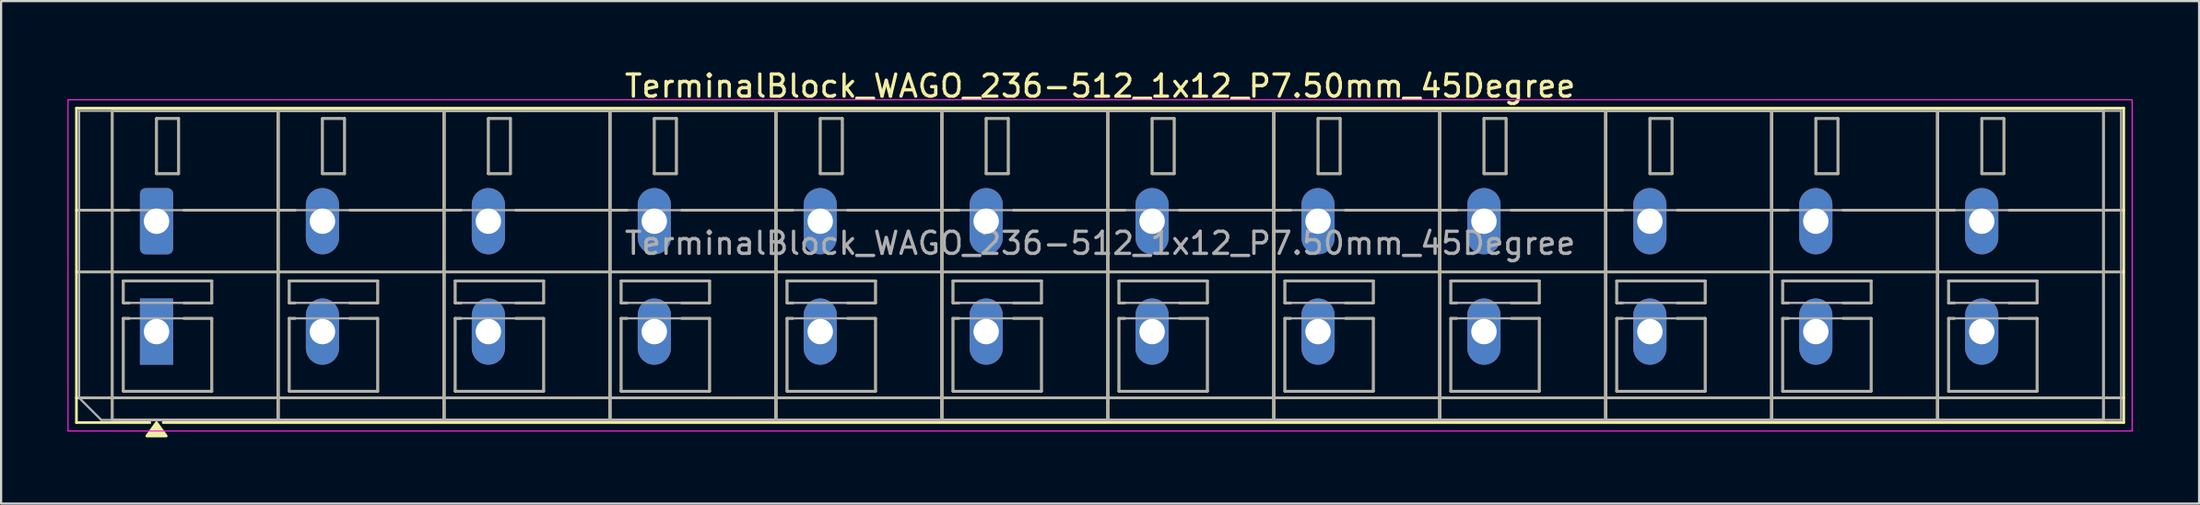
<source format=kicad_pcb>
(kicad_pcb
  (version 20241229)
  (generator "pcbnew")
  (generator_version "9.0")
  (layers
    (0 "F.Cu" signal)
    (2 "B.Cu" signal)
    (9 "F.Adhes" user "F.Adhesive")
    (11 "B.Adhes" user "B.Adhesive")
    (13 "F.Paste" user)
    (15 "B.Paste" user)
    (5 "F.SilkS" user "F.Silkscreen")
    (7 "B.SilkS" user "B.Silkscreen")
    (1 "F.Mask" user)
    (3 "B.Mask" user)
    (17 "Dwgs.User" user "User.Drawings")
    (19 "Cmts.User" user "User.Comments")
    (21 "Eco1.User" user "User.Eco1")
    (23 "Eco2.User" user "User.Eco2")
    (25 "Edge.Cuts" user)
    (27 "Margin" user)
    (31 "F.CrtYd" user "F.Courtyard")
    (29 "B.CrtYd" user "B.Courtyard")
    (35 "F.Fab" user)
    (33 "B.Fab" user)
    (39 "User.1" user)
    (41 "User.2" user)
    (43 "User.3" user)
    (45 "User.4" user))
  (footprint "TerminalBlock_WAGO_236-512_1x12_P7.50mm_45Degree"
    (layer "F.Cu")
    (at 4.025 6.968)
    (property "Reference" "TerminalBlock_WAGO_236-512_1x12_P7.50mm_45Degree" (at 42.65 -6.12 0) (layer "F.SilkS") (effects (font (size 1 1) (thickness 0.15))))
    (attr through_hole)
    (fp_line (start -3.62 -5.12) (end 88.92 -5.12) (stroke (width 0.12) (type solid)) (layer "F.SilkS"))
    (fp_line (start -3.62 -0.5) (end -1.23 -0.5) (stroke (width 0.12) (type solid)) (layer "F.SilkS"))
    (fp_line (start -3.62 2.3) (end 88.92 2.3) (stroke (width 0.12) (type solid)) (layer "F.SilkS"))
    (fp_line (start -3.62 8) (end 88.92 8) (stroke (width 0.12) (type solid)) (layer "F.SilkS"))
    (fp_line (start -3.62 9.12) (end -3.62 -5.12) (stroke (width 0.12) (type solid)) (layer "F.SilkS"))
    (fp_line (start -2 -5) (end 5.5 -5) (stroke (width 0.12) (type solid)) (layer "F.SilkS"))
    (fp_line (start -2 9) (end -2 -5) (stroke (width 0.12) (type solid)) (layer "F.SilkS"))
    (fp_line (start -1.5 2.7) (end 2.5 2.7) (stroke (width 0.12) (type solid)) (layer "F.SilkS"))
    (fp_line (start -1.5 3.7) (end -1.5 2.7) (stroke (width 0.12) (type solid)) (layer "F.SilkS"))
    (fp_line (start -1.5 4.4) (end -1.23 4.4) (stroke (width 0.12) (type solid)) (layer "F.SilkS"))
    (fp_line (start -1.5 7.7) (end -1.5 4.4) (stroke (width 0.12) (type solid)) (layer "F.SilkS"))
    (fp_line (start -1.23 3.7) (end -1.5 3.7) (stroke (width 0.12) (type solid)) (layer "F.SilkS"))
    (fp_line (start -0.3 9.12) (end -3.62 9.12) (stroke (width 0.12) (type solid)) (layer "F.SilkS"))
    (fp_line (start 0 -4.65) (end 1 -4.65) (stroke (width 0.12) (type solid)) (layer "F.SilkS"))
    (fp_line (start 0 -2.15) (end 0 -4.65) (stroke (width 0.12) (type solid)) (layer "F.SilkS"))
    (fp_line (start 1 -4.65) (end 1 -2.15) (stroke (width 0.12) (type solid)) (layer "F.SilkS"))
    (fp_line (start 1 -2.15) (end 0 -2.15) (stroke (width 0.12) (type solid)) (layer "F.SilkS"))
    (fp_line (start 1.23 -0.5) (end 6.27 -0.5) (stroke (width 0.12) (type solid)) (layer "F.SilkS"))
    (fp_line (start 1.23 4.4) (end 2.5 4.4) (stroke (width 0.12) (type solid)) (layer "F.SilkS"))
    (fp_line (start 2.5 2.7) (end 2.5 3.7) (stroke (width 0.12) (type solid)) (layer "F.SilkS"))
    (fp_line (start 2.5 3.7) (end 1.23 3.7) (stroke (width 0.12) (type solid)) (layer "F.SilkS"))
    (fp_line (start 2.5 4.4) (end 2.5 7.7) (stroke (width 0.12) (type solid)) (layer "F.SilkS"))
    (fp_line (start 2.5 7.7) (end -1.5 7.7) (stroke (width 0.12) (type solid)) (layer "F.SilkS"))
    (fp_line (start 5.5 -5) (end 5.5 9) (stroke (width 0.12) (type solid)) (layer "F.SilkS"))
    (fp_line (start 5.5 -5) (end 13 -5) (stroke (width 0.12) (type solid)) (layer "F.SilkS"))
    (fp_line (start 5.5 9) (end -2 9) (stroke (width 0.12) (type solid)) (layer "F.SilkS"))
    (fp_line (start 5.5 9) (end 5.5 -5) (stroke (width 0.12) (type solid)) (layer "F.SilkS"))
    (fp_line (start 6 2.7) (end 10 2.7) (stroke (width 0.12) (type solid)) (layer "F.SilkS"))
    (fp_line (start 6 3.7) (end 6 2.7) (stroke (width 0.12) (type solid)) (layer "F.SilkS"))
    (fp_line (start 6 4.4) (end 6.27 4.4) (stroke (width 0.12) (type solid)) (layer "F.SilkS"))
    (fp_line (start 6 7.7) (end 6 4.4) (stroke (width 0.12) (type solid)) (layer "F.SilkS"))
    (fp_line (start 6.27 3.7) (end 6 3.7) (stroke (width 0.12) (type solid)) (layer "F.SilkS"))
    (fp_line (start 7.5 -4.65) (end 8.5 -4.65) (stroke (width 0.12) (type solid)) (layer "F.SilkS"))
    (fp_line (start 7.5 -2.15) (end 7.5 -4.65) (stroke (width 0.12) (type solid)) (layer "F.SilkS"))
    (fp_line (start 8.5 -4.65) (end 8.5 -2.15) (stroke (width 0.12) (type solid)) (layer "F.SilkS"))
    (fp_line (start 8.5 -2.15) (end 7.5 -2.15) (stroke (width 0.12) (type solid)) (layer "F.SilkS"))
    (fp_line (start 8.73 -0.5) (end 13.77 -0.5) (stroke (width 0.12) (type solid)) (layer "F.SilkS"))
    (fp_line (start 8.73 4.4) (end 10 4.4) (stroke (width 0.12) (type solid)) (layer "F.SilkS"))
    (fp_line (start 10 2.7) (end 10 3.7) (stroke (width 0.12) (type solid)) (layer "F.SilkS"))
    (fp_line (start 10 3.7) (end 8.73 3.7) (stroke (width 0.12) (type solid)) (layer "F.SilkS"))
    (fp_line (start 10 4.4) (end 10 7.7) (stroke (width 0.12) (type solid)) (layer "F.SilkS"))
    (fp_line (start 10 7.7) (end 6 7.7) (stroke (width 0.12) (type solid)) (layer "F.SilkS"))
    (fp_line (start 13 -5) (end 13 9) (stroke (width 0.12) (type solid)) (layer "F.SilkS"))
    (fp_line (start 13 -5) (end 20.5 -5) (stroke (width 0.12) (type solid)) (layer "F.SilkS"))
    (fp_line (start 13 9) (end 5.5 9) (stroke (width 0.12) (type solid)) (layer "F.SilkS"))
    (fp_line (start 13 9) (end 13 -5) (stroke (width 0.12) (type solid)) (layer "F.SilkS"))
    (fp_line (start 13.5 2.7) (end 17.5 2.7) (stroke (width 0.12) (type solid)) (layer "F.SilkS"))
    (fp_line (start 13.5 3.7) (end 13.5 2.7) (stroke (width 0.12) (type solid)) (layer "F.SilkS"))
    (fp_line (start 13.5 4.4) (end 13.77 4.4) (stroke (width 0.12) (type solid)) (layer "F.SilkS"))
    (fp_line (start 13.5 7.7) (end 13.5 4.4) (stroke (width 0.12) (type solid)) (layer "F.SilkS"))
    (fp_line (start 13.77 3.7) (end 13.5 3.7) (stroke (width 0.12) (type solid)) (layer "F.SilkS"))
    (fp_line (start 15 -4.65) (end 16 -4.65) (stroke (width 0.12) (type solid)) (layer "F.SilkS"))
    (fp_line (start 15 -2.15) (end 15 -4.65) (stroke (width 0.12) (type solid)) (layer "F.SilkS"))
    (fp_line (start 16 -4.65) (end 16 -2.15) (stroke (width 0.12) (type solid)) (layer "F.SilkS"))
    (fp_line (start 16 -2.15) (end 15 -2.15) (stroke (width 0.12) (type solid)) (layer "F.SilkS"))
    (fp_line (start 16.23 -0.5) (end 21.27 -0.5) (stroke (width 0.12) (type solid)) (layer "F.SilkS"))
    (fp_line (start 16.23 4.4) (end 17.5 4.4) (stroke (width 0.12) (type solid)) (layer "F.SilkS"))
    (fp_line (start 17.5 2.7) (end 17.5 3.7) (stroke (width 0.12) (type solid)) (layer "F.SilkS"))
    (fp_line (start 17.5 3.7) (end 16.23 3.7) (stroke (width 0.12) (type solid)) (layer "F.SilkS"))
    (fp_line (start 17.5 4.4) (end 17.5 7.7) (stroke (width 0.12) (type solid)) (layer "F.SilkS"))
    (fp_line (start 17.5 7.7) (end 13.5 7.7) (stroke (width 0.12) (type solid)) (layer "F.SilkS"))
    (fp_line (start 20.5 -5) (end 20.5 9) (stroke (width 0.12) (type solid)) (layer "F.SilkS"))
    (fp_line (start 20.5 -5) (end 28 -5) (stroke (width 0.12) (type solid)) (layer "F.SilkS"))
    (fp_line (start 20.5 9) (end 13 9) (stroke (width 0.12) (type solid)) (layer "F.SilkS"))
    (fp_line (start 20.5 9) (end 20.5 -5) (stroke (width 0.12) (type solid)) (layer "F.SilkS"))
    (fp_line (start 21 2.7) (end 25 2.7) (stroke (width 0.12) (type solid)) (layer "F.SilkS"))
    (fp_line (start 21 3.7) (end 21 2.7) (stroke (width 0.12) (type solid)) (layer "F.SilkS"))
    (fp_line (start 21 4.4) (end 21.27 4.4) (stroke (width 0.12) (type solid)) (layer "F.SilkS"))
    (fp_line (start 21 7.7) (end 21 4.4) (stroke (width 0.12) (type solid)) (layer "F.SilkS"))
    (fp_line (start 21.27 3.7) (end 21 3.7) (stroke (width 0.12) (type solid)) (layer "F.SilkS"))
    (fp_line (start 22.5 -4.65) (end 23.5 -4.65) (stroke (width 0.12) (type solid)) (layer "F.SilkS"))
    (fp_line (start 22.5 -2.15) (end 22.5 -4.65) (stroke (width 0.12) (type solid)) (layer "F.SilkS"))
    (fp_line (start 23.5 -4.65) (end 23.5 -2.15) (stroke (width 0.12) (type solid)) (layer "F.SilkS"))
    (fp_line (start 23.5 -2.15) (end 22.5 -2.15) (stroke (width 0.12) (type solid)) (layer "F.SilkS"))
    (fp_line (start 23.73 -0.5) (end 28.77 -0.5) (stroke (width 0.12) (type solid)) (layer "F.SilkS"))
    (fp_line (start 23.73 4.4) (end 25 4.4) (stroke (width 0.12) (type solid)) (layer "F.SilkS"))
    (fp_line (start 25 2.7) (end 25 3.7) (stroke (width 0.12) (type solid)) (layer "F.SilkS"))
    (fp_line (start 25 3.7) (end 23.73 3.7) (stroke (width 0.12) (type solid)) (layer "F.SilkS"))
    (fp_line (start 25 4.4) (end 25 7.7) (stroke (width 0.12) (type solid)) (layer "F.SilkS"))
    (fp_line (start 25 7.7) (end 21 7.7) (stroke (width 0.12) (type solid)) (layer "F.SilkS"))
    (fp_line (start 28 -5) (end 28 9) (stroke (width 0.12) (type solid)) (layer "F.SilkS"))
    (fp_line (start 28 -5) (end 35.5 -5) (stroke (width 0.12) (type solid)) (layer "F.SilkS"))
    (fp_line (start 28 9) (end 20.5 9) (stroke (width 0.12) (type solid)) (layer "F.SilkS"))
    (fp_line (start 28 9) (end 28 -5) (stroke (width 0.12) (type solid)) (layer "F.SilkS"))
    (fp_line (start 28.5 2.7) (end 32.5 2.7) (stroke (width 0.12) (type solid)) (layer "F.SilkS"))
    (fp_line (start 28.5 3.7) (end 28.5 2.7) (stroke (width 0.12) (type solid)) (layer "F.SilkS"))
    (fp_line (start 28.5 4.4) (end 28.77 4.4) (stroke (width 0.12) (type solid)) (layer "F.SilkS"))
    (fp_line (start 28.5 7.7) (end 28.5 4.4) (stroke (width 0.12) (type solid)) (layer "F.SilkS"))
    (fp_line (start 28.77 3.7) (end 28.5 3.7) (stroke (width 0.12) (type solid)) (layer "F.SilkS"))
    (fp_line (start 30 -4.65) (end 31 -4.65) (stroke (width 0.12) (type solid)) (layer "F.SilkS"))
    (fp_line (start 30 -2.15) (end 30 -4.65) (stroke (width 0.12) (type solid)) (layer "F.SilkS"))
    (fp_line (start 31 -4.65) (end 31 -2.15) (stroke (width 0.12) (type solid)) (layer "F.SilkS"))
    (fp_line (start 31 -2.15) (end 30 -2.15) (stroke (width 0.12) (type solid)) (layer "F.SilkS"))
    (fp_line (start 31.23 -0.5) (end 36.27 -0.5) (stroke (width 0.12) (type solid)) (layer "F.SilkS"))
    (fp_line (start 31.23 4.4) (end 32.5 4.4) (stroke (width 0.12) (type solid)) (layer "F.SilkS"))
    (fp_line (start 32.5 2.7) (end 32.5 3.7) (stroke (width 0.12) (type solid)) (layer "F.SilkS"))
    (fp_line (start 32.5 3.7) (end 31.23 3.7) (stroke (width 0.12) (type solid)) (layer "F.SilkS"))
    (fp_line (start 32.5 4.4) (end 32.5 7.7) (stroke (width 0.12) (type solid)) (layer "F.SilkS"))
    (fp_line (start 32.5 7.7) (end 28.5 7.7) (stroke (width 0.12) (type solid)) (layer "F.SilkS"))
    (fp_line (start 35.5 -5) (end 35.5 9) (stroke (width 0.12) (type solid)) (layer "F.SilkS"))
    (fp_line (start 35.5 -5) (end 43 -5) (stroke (width 0.12) (type solid)) (layer "F.SilkS"))
    (fp_line (start 35.5 9) (end 28 9) (stroke (width 0.12) (type solid)) (layer "F.SilkS"))
    (fp_line (start 35.5 9) (end 35.5 -5) (stroke (width 0.12) (type solid)) (layer "F.SilkS"))
    (fp_line (start 36 2.7) (end 40 2.7) (stroke (width 0.12) (type solid)) (layer "F.SilkS"))
    (fp_line (start 36 3.7) (end 36 2.7) (stroke (width 0.12) (type solid)) (layer "F.SilkS"))
    (fp_line (start 36 4.4) (end 36.27 4.4) (stroke (width 0.12) (type solid)) (layer "F.SilkS"))
    (fp_line (start 36 7.7) (end 36 4.4) (stroke (width 0.12) (type solid)) (layer "F.SilkS"))
    (fp_line (start 36.27 3.7) (end 36 3.7) (stroke (width 0.12) (type solid)) (layer "F.SilkS"))
    (fp_line (start 37.5 -4.65) (end 38.5 -4.65) (stroke (width 0.12) (type solid)) (layer "F.SilkS"))
    (fp_line (start 37.5 -2.15) (end 37.5 -4.65) (stroke (width 0.12) (type solid)) (layer "F.SilkS"))
    (fp_line (start 38.5 -4.65) (end 38.5 -2.15) (stroke (width 0.12) (type solid)) (layer "F.SilkS"))
    (fp_line (start 38.5 -2.15) (end 37.5 -2.15) (stroke (width 0.12) (type solid)) (layer "F.SilkS"))
    (fp_line (start 38.73 -0.5) (end 43.77 -0.5) (stroke (width 0.12) (type solid)) (layer "F.SilkS"))
    (fp_line (start 38.73 4.4) (end 40 4.4) (stroke (width 0.12) (type solid)) (layer "F.SilkS"))
    (fp_line (start 40 2.7) (end 40 3.7) (stroke (width 0.12) (type solid)) (layer "F.SilkS"))
    (fp_line (start 40 3.7) (end 38.73 3.7) (stroke (width 0.12) (type solid)) (layer "F.SilkS"))
    (fp_line (start 40 4.4) (end 40 7.7) (stroke (width 0.12) (type solid)) (layer "F.SilkS"))
    (fp_line (start 40 7.7) (end 36 7.7) (stroke (width 0.12) (type solid)) (layer "F.SilkS"))
    (fp_line (start 43 -5) (end 43 9) (stroke (width 0.12) (type solid)) (layer "F.SilkS"))
    (fp_line (start 43 -5) (end 50.5 -5) (stroke (width 0.12) (type solid)) (layer "F.SilkS"))
    (fp_line (start 43 9) (end 35.5 9) (stroke (width 0.12) (type solid)) (layer "F.SilkS"))
    (fp_line (start 43 9) (end 43 -5) (stroke (width 0.12) (type solid)) (layer "F.SilkS"))
    (fp_line (start 43.5 2.7) (end 47.5 2.7) (stroke (width 0.12) (type solid)) (layer "F.SilkS"))
    (fp_line (start 43.5 3.7) (end 43.5 2.7) (stroke (width 0.12) (type solid)) (layer "F.SilkS"))
    (fp_line (start 43.5 4.4) (end 43.77 4.4) (stroke (width 0.12) (type solid)) (layer "F.SilkS"))
    (fp_line (start 43.5 7.7) (end 43.5 4.4) (stroke (width 0.12) (type solid)) (layer "F.SilkS"))
    (fp_line (start 43.77 3.7) (end 43.5 3.7) (stroke (width 0.12) (type solid)) (layer "F.SilkS"))
    (fp_line (start 45 -4.65) (end 46 -4.65) (stroke (width 0.12) (type solid)) (layer "F.SilkS"))
    (fp_line (start 45 -2.15) (end 45 -4.65) (stroke (width 0.12) (type solid)) (layer "F.SilkS"))
    (fp_line (start 46 -4.65) (end 46 -2.15) (stroke (width 0.12) (type solid)) (layer "F.SilkS"))
    (fp_line (start 46 -2.15) (end 45 -2.15) (stroke (width 0.12) (type solid)) (layer "F.SilkS"))
    (fp_line (start 46.23 -0.5) (end 51.27 -0.5) (stroke (width 0.12) (type solid)) (layer "F.SilkS"))
    (fp_line (start 46.23 4.4) (end 47.5 4.4) (stroke (width 0.12) (type solid)) (layer "F.SilkS"))
    (fp_line (start 47.5 2.7) (end 47.5 3.7) (stroke (width 0.12) (type solid)) (layer "F.SilkS"))
    (fp_line (start 47.5 3.7) (end 46.23 3.7) (stroke (width 0.12) (type solid)) (layer "F.SilkS"))
    (fp_line (start 47.5 4.4) (end 47.5 7.7) (stroke (width 0.12) (type solid)) (layer "F.SilkS"))
    (fp_line (start 47.5 7.7) (end 43.5 7.7) (stroke (width 0.12) (type solid)) (layer "F.SilkS"))
    (fp_line (start 50.5 -5) (end 50.5 9) (stroke (width 0.12) (type solid)) (layer "F.SilkS"))
    (fp_line (start 50.5 -5) (end 58 -5) (stroke (width 0.12) (type solid)) (layer "F.SilkS"))
    (fp_line (start 50.5 9) (end 43 9) (stroke (width 0.12) (type solid)) (layer "F.SilkS"))
    (fp_line (start 50.5 9) (end 50.5 -5) (stroke (width 0.12) (type solid)) (layer "F.SilkS"))
    (fp_line (start 51 2.7) (end 55 2.7) (stroke (width 0.12) (type solid)) (layer "F.SilkS"))
    (fp_line (start 51 3.7) (end 51 2.7) (stroke (width 0.12) (type solid)) (layer "F.SilkS"))
    (fp_line (start 51 4.4) (end 51.27 4.4) (stroke (width 0.12) (type solid)) (layer "F.SilkS"))
    (fp_line (start 51 7.7) (end 51 4.4) (stroke (width 0.12) (type solid)) (layer "F.SilkS"))
    (fp_line (start 51.27 3.7) (end 51 3.7) (stroke (width 0.12) (type solid)) (layer "F.SilkS"))
    (fp_line (start 52.5 -4.65) (end 53.5 -4.65) (stroke (width 0.12) (type solid)) (layer "F.SilkS"))
    (fp_line (start 52.5 -2.15) (end 52.5 -4.65) (stroke (width 0.12) (type solid)) (layer "F.SilkS"))
    (fp_line (start 53.5 -4.65) (end 53.5 -2.15) (stroke (width 0.12) (type solid)) (layer "F.SilkS"))
    (fp_line (start 53.5 -2.15) (end 52.5 -2.15) (stroke (width 0.12) (type solid)) (layer "F.SilkS"))
    (fp_line (start 53.73 -0.5) (end 58.77 -0.5) (stroke (width 0.12) (type solid)) (layer "F.SilkS"))
    (fp_line (start 53.73 4.4) (end 55 4.4) (stroke (width 0.12) (type solid)) (layer "F.SilkS"))
    (fp_line (start 55 2.7) (end 55 3.7) (stroke (width 0.12) (type solid)) (layer "F.SilkS"))
    (fp_line (start 55 3.7) (end 53.73 3.7) (stroke (width 0.12) (type solid)) (layer "F.SilkS"))
    (fp_line (start 55 4.4) (end 55 7.7) (stroke (width 0.12) (type solid)) (layer "F.SilkS"))
    (fp_line (start 55 7.7) (end 51 7.7) (stroke (width 0.12) (type solid)) (layer "F.SilkS"))
    (fp_line (start 58 -5) (end 58 9) (stroke (width 0.12) (type solid)) (layer "F.SilkS"))
    (fp_line (start 58 -5) (end 65.5 -5) (stroke (width 0.12) (type solid)) (layer "F.SilkS"))
    (fp_line (start 58 9) (end 50.5 9) (stroke (width 0.12) (type solid)) (layer "F.SilkS"))
    (fp_line (start 58 9) (end 58 -5) (stroke (width 0.12) (type solid)) (layer "F.SilkS"))
    (fp_line (start 58.5 2.7) (end 62.5 2.7) (stroke (width 0.12) (type solid)) (layer "F.SilkS"))
    (fp_line (start 58.5 3.7) (end 58.5 2.7) (stroke (width 0.12) (type solid)) (layer "F.SilkS"))
    (fp_line (start 58.5 4.4) (end 58.77 4.4) (stroke (width 0.12) (type solid)) (layer "F.SilkS"))
    (fp_line (start 58.5 7.7) (end 58.5 4.4) (stroke (width 0.12) (type solid)) (layer "F.SilkS"))
    (fp_line (start 58.77 3.7) (end 58.5 3.7) (stroke (width 0.12) (type solid)) (layer "F.SilkS"))
    (fp_line (start 60 -4.65) (end 61 -4.65) (stroke (width 0.12) (type solid)) (layer "F.SilkS"))
    (fp_line (start 60 -2.15) (end 60 -4.65) (stroke (width 0.12) (type solid)) (layer "F.SilkS"))
    (fp_line (start 61 -4.65) (end 61 -2.15) (stroke (width 0.12) (type solid)) (layer "F.SilkS"))
    (fp_line (start 61 -2.15) (end 60 -2.15) (stroke (width 0.12) (type solid)) (layer "F.SilkS"))
    (fp_line (start 61.23 -0.5) (end 66.27 -0.5) (stroke (width 0.12) (type solid)) (layer "F.SilkS"))
    (fp_line (start 61.23 4.4) (end 62.5 4.4) (stroke (width 0.12) (type solid)) (layer "F.SilkS"))
    (fp_line (start 62.5 2.7) (end 62.5 3.7) (stroke (width 0.12) (type solid)) (layer "F.SilkS"))
    (fp_line (start 62.5 3.7) (end 61.23 3.7) (stroke (width 0.12) (type solid)) (layer "F.SilkS"))
    (fp_line (start 62.5 4.4) (end 62.5 7.7) (stroke (width 0.12) (type solid)) (layer "F.SilkS"))
    (fp_line (start 62.5 7.7) (end 58.5 7.7) (stroke (width 0.12) (type solid)) (layer "F.SilkS"))
    (fp_line (start 65.5 -5) (end 65.5 9) (stroke (width 0.12) (type solid)) (layer "F.SilkS"))
    (fp_line (start 65.5 -5) (end 73 -5) (stroke (width 0.12) (type solid)) (layer "F.SilkS"))
    (fp_line (start 65.5 9) (end 58 9) (stroke (width 0.12) (type solid)) (layer "F.SilkS"))
    (fp_line (start 65.5 9) (end 65.5 -5) (stroke (width 0.12) (type solid)) (layer "F.SilkS"))
    (fp_line (start 66 2.7) (end 70 2.7) (stroke (width 0.12) (type solid)) (layer "F.SilkS"))
    (fp_line (start 66 3.7) (end 66 2.7) (stroke (width 0.12) (type solid)) (layer "F.SilkS"))
    (fp_line (start 66 4.4) (end 66.27 4.4) (stroke (width 0.12) (type solid)) (layer "F.SilkS"))
    (fp_line (start 66 7.7) (end 66 4.4) (stroke (width 0.12) (type solid)) (layer "F.SilkS"))
    (fp_line (start 66.27 3.7) (end 66 3.7) (stroke (width 0.12) (type solid)) (layer "F.SilkS"))
    (fp_line (start 67.5 -4.65) (end 68.5 -4.65) (stroke (width 0.12) (type solid)) (layer "F.SilkS"))
    (fp_line (start 67.5 -2.15) (end 67.5 -4.65) (stroke (width 0.12) (type solid)) (layer "F.SilkS"))
    (fp_line (start 68.5 -4.65) (end 68.5 -2.15) (stroke (width 0.12) (type solid)) (layer "F.SilkS"))
    (fp_line (start 68.5 -2.15) (end 67.5 -2.15) (stroke (width 0.12) (type solid)) (layer "F.SilkS"))
    (fp_line (start 68.73 -0.5) (end 73.77 -0.5) (stroke (width 0.12) (type solid)) (layer "F.SilkS"))
    (fp_line (start 68.73 4.4) (end 70 4.4) (stroke (width 0.12) (type solid)) (layer "F.SilkS"))
    (fp_line (start 70 2.7) (end 70 3.7) (stroke (width 0.12) (type solid)) (layer "F.SilkS"))
    (fp_line (start 70 3.7) (end 68.73 3.7) (stroke (width 0.12) (type solid)) (layer "F.SilkS"))
    (fp_line (start 70 4.4) (end 70 7.7) (stroke (width 0.12) (type solid)) (layer "F.SilkS"))
    (fp_line (start 70 7.7) (end 66 7.7) (stroke (width 0.12) (type solid)) (layer "F.SilkS"))
    (fp_line (start 73 -5) (end 73 9) (stroke (width 0.12) (type solid)) (layer "F.SilkS"))
    (fp_line (start 73 -5) (end 80.5 -5) (stroke (width 0.12) (type solid)) (layer "F.SilkS"))
    (fp_line (start 73 9) (end 65.5 9) (stroke (width 0.12) (type solid)) (layer "F.SilkS"))
    (fp_line (start 73 9) (end 73 -5) (stroke (width 0.12) (type solid)) (layer "F.SilkS"))
    (fp_line (start 73.5 2.7) (end 77.5 2.7) (stroke (width 0.12) (type solid)) (layer "F.SilkS"))
    (fp_line (start 73.5 3.7) (end 73.5 2.7) (stroke (width 0.12) (type solid)) (layer "F.SilkS"))
    (fp_line (start 73.5 4.4) (end 73.77 4.4) (stroke (width 0.12) (type solid)) (layer "F.SilkS"))
    (fp_line (start 73.5 7.7) (end 73.5 4.4) (stroke (width 0.12) (type solid)) (layer "F.SilkS"))
    (fp_line (start 73.77 3.7) (end 73.5 3.7) (stroke (width 0.12) (type solid)) (layer "F.SilkS"))
    (fp_line (start 75 -4.65) (end 76 -4.65) (stroke (width 0.12) (type solid)) (layer "F.SilkS"))
    (fp_line (start 75 -2.15) (end 75 -4.65) (stroke (width 0.12) (type solid)) (layer "F.SilkS"))
    (fp_line (start 76 -4.65) (end 76 -2.15) (stroke (width 0.12) (type solid)) (layer "F.SilkS"))
    (fp_line (start 76 -2.15) (end 75 -2.15) (stroke (width 0.12) (type solid)) (layer "F.SilkS"))
    (fp_line (start 76.23 -0.5) (end 81.27 -0.5) (stroke (width 0.12) (type solid)) (layer "F.SilkS"))
    (fp_line (start 76.23 4.4) (end 77.5 4.4) (stroke (width 0.12) (type solid)) (layer "F.SilkS"))
    (fp_line (start 77.5 2.7) (end 77.5 3.7) (stroke (width 0.12) (type solid)) (layer "F.SilkS"))
    (fp_line (start 77.5 3.7) (end 76.23 3.7) (stroke (width 0.12) (type solid)) (layer "F.SilkS"))
    (fp_line (start 77.5 4.4) (end 77.5 7.7) (stroke (width 0.12) (type solid)) (layer "F.SilkS"))
    (fp_line (start 77.5 7.7) (end 73.5 7.7) (stroke (width 0.12) (type solid)) (layer "F.SilkS"))
    (fp_line (start 80.5 -5) (end 80.5 9) (stroke (width 0.12) (type solid)) (layer "F.SilkS"))
    (fp_line (start 80.5 -5) (end 88 -5) (stroke (width 0.12) (type solid)) (layer "F.SilkS"))
    (fp_line (start 80.5 9) (end 73 9) (stroke (width 0.12) (type solid)) (layer "F.SilkS"))
    (fp_line (start 80.5 9) (end 80.5 -5) (stroke (width 0.12) (type solid)) (layer "F.SilkS"))
    (fp_line (start 81 2.7) (end 85 2.7) (stroke (width 0.12) (type solid)) (layer "F.SilkS"))
    (fp_line (start 81 3.7) (end 81 2.7) (stroke (width 0.12) (type solid)) (layer "F.SilkS"))
    (fp_line (start 81 4.4) (end 81.27 4.4) (stroke (width 0.12) (type solid)) (layer "F.SilkS"))
    (fp_line (start 81 7.7) (end 81 4.4) (stroke (width 0.12) (type solid)) (layer "F.SilkS"))
    (fp_line (start 81.27 3.7) (end 81 3.7) (stroke (width 0.12) (type solid)) (layer "F.SilkS"))
    (fp_line (start 82.5 -4.65) (end 83.5 -4.65) (stroke (width 0.12) (type solid)) (layer "F.SilkS"))
    (fp_line (start 82.5 -2.15) (end 82.5 -4.65) (stroke (width 0.12) (type solid)) (layer "F.SilkS"))
    (fp_line (start 83.5 -4.65) (end 83.5 -2.15) (stroke (width 0.12) (type solid)) (layer "F.SilkS"))
    (fp_line (start 83.5 -2.15) (end 82.5 -2.15) (stroke (width 0.12) (type solid)) (layer "F.SilkS"))
    (fp_line (start 83.73 -0.5) (end 88.92 -0.5) (stroke (width 0.12) (type solid)) (layer "F.SilkS"))
    (fp_line (start 83.73 4.4) (end 85 4.4) (stroke (width 0.12) (type solid)) (layer "F.SilkS"))
    (fp_line (start 85 2.7) (end 85 3.7) (stroke (width 0.12) (type solid)) (layer "F.SilkS"))
    (fp_line (start 85 3.7) (end 83.73 3.7) (stroke (width 0.12) (type solid)) (layer "F.SilkS"))
    (fp_line (start 85 4.4) (end 85 7.7) (stroke (width 0.12) (type solid)) (layer "F.SilkS"))
    (fp_line (start 85 7.7) (end 81 7.7) (stroke (width 0.12) (type solid)) (layer "F.SilkS"))
    (fp_line (start 88 -5) (end 88 9) (stroke (width 0.12) (type solid)) (layer "F.SilkS"))
    (fp_line (start 88 9) (end 80.5 9) (stroke (width 0.12) (type solid)) (layer "F.SilkS"))
    (fp_line (start 88.92 -5.12) (end 88.92 9.12) (stroke (width 0.12) (type solid)) (layer "F.SilkS"))
    (fp_line (start 88.92 9.12) (end 0.3 9.12) (stroke (width 0.12) (type solid)) (layer "F.SilkS"))
    (fp_poly (pts (xy 0 9.12) (xy 0.44 9.73) (xy -0.44 9.73)) (stroke (width 0.12) (type solid)) (fill yes) (layer "F.SilkS"))
    (fp_line (start -4 -5.5) (end -4 9.5) (stroke (width 0.05) (type solid)) (layer "F.CrtYd"))
    (fp_line (start -4 9.5) (end 89.3 9.5) (stroke (width 0.05) (type solid)) (layer "F.CrtYd"))
    (fp_line (start 89.3 -5.5) (end -4 -5.5) (stroke (width 0.05) (type solid)) (layer "F.CrtYd"))
    (fp_line (start 89.3 9.5) (end 89.3 -5.5) (stroke (width 0.05) (type solid)) (layer "F.CrtYd"))
    (fp_line (start -3.5 -5) (end 88.8 -5) (stroke (width 0.1) (type solid)) (layer "F.Fab"))
    (fp_line (start -3.5 -0.5) (end 88.8 -0.5) (stroke (width 0.1) (type solid)) (layer "F.Fab"))
    (fp_line (start -3.5 2.3) (end 88.8 2.3) (stroke (width 0.1) (type solid)) (layer "F.Fab"))
    (fp_line (start -3.5 8) (end -3.5 -5) (stroke (width 0.1) (type solid)) (layer "F.Fab"))
    (fp_line (start -3.5 8) (end 88.8 8) (stroke (width 0.1) (type solid)) (layer "F.Fab"))
    (fp_line (start -2.5 9) (end -3.5 8) (stroke (width 0.1) (type solid)) (layer "F.Fab"))
    (fp_line (start -2 -5) (end -2 9) (stroke (width 0.1) (type solid)) (layer "F.Fab"))
    (fp_line (start -2 9) (end 5.5 9) (stroke (width 0.1) (type solid)) (layer "F.Fab"))
    (fp_line (start -1.5 2.7) (end -1.5 3.7) (stroke (width 0.1) (type solid)) (layer "F.Fab"))
    (fp_line (start -1.5 3.7) (end 2.5 3.7) (stroke (width 0.1) (type solid)) (layer "F.Fab"))
    (fp_line (start -1.5 4.4) (end -1.5 7.7) (stroke (width 0.1) (type solid)) (layer "F.Fab"))
    (fp_line (start -1.5 7.7) (end 2.5 7.7) (stroke (width 0.1) (type solid)) (layer "F.Fab"))
    (fp_line (start 0 -4.65) (end 0 -2.15) (stroke (width 0.1) (type solid)) (layer "F.Fab"))
    (fp_line (start 0 -2.15) (end 1 -2.15) (stroke (width 0.1) (type solid)) (layer "F.Fab"))
    (fp_line (start 1 -4.65) (end 0 -4.65) (stroke (width 0.1) (type solid)) (layer "F.Fab"))
    (fp_line (start 1 -2.15) (end 1 -4.65) (stroke (width 0.1) (type solid)) (layer "F.Fab"))
    (fp_line (start 2.5 2.7) (end -1.5 2.7) (stroke (width 0.1) (type solid)) (layer "F.Fab"))
    (fp_line (start 2.5 3.7) (end 2.5 2.7) (stroke (width 0.1) (type solid)) (layer "F.Fab"))
    (fp_line (start 2.5 4.4) (end -1.5 4.4) (stroke (width 0.1) (type solid)) (layer "F.Fab"))
    (fp_line (start 2.5 7.7) (end 2.5 4.4) (stroke (width 0.1) (type solid)) (layer "F.Fab"))
    (fp_line (start 5.5 -5) (end -2 -5) (stroke (width 0.1) (type solid)) (layer "F.Fab"))
    (fp_line (start 5.5 -5) (end 5.5 9) (stroke (width 0.1) (type solid)) (layer "F.Fab"))
    (fp_line (start 5.5 9) (end 5.5 -5) (stroke (width 0.1) (type solid)) (layer "F.Fab"))
    (fp_line (start 5.5 9) (end 13 9) (stroke (width 0.1) (type solid)) (layer "F.Fab"))
    (fp_line (start 6 2.7) (end 6 3.7) (stroke (width 0.1) (type solid)) (layer "F.Fab"))
    (fp_line (start 6 3.7) (end 10 3.7) (stroke (width 0.1) (type solid)) (layer "F.Fab"))
    (fp_line (start 6 4.4) (end 6 7.7) (stroke (width 0.1) (type solid)) (layer "F.Fab"))
    (fp_line (start 6 7.7) (end 10 7.7) (stroke (width 0.1) (type solid)) (layer "F.Fab"))
    (fp_line (start 7.5 -4.65) (end 7.5 -2.15) (stroke (width 0.1) (type solid)) (layer "F.Fab"))
    (fp_line (start 7.5 -2.15) (end 8.5 -2.15) (stroke (width 0.1) (type solid)) (layer "F.Fab"))
    (fp_line (start 8.5 -4.65) (end 7.5 -4.65) (stroke (width 0.1) (type solid)) (layer "F.Fab"))
    (fp_line (start 8.5 -2.15) (end 8.5 -4.65) (stroke (width 0.1) (type solid)) (layer "F.Fab"))
    (fp_line (start 10 2.7) (end 6 2.7) (stroke (width 0.1) (type solid)) (layer "F.Fab"))
    (fp_line (start 10 3.7) (end 10 2.7) (stroke (width 0.1) (type solid)) (layer "F.Fab"))
    (fp_line (start 10 4.4) (end 6 4.4) (stroke (width 0.1) (type solid)) (layer "F.Fab"))
    (fp_line (start 10 7.7) (end 10 4.4) (stroke (width 0.1) (type solid)) (layer "F.Fab"))
    (fp_line (start 13 -5) (end 5.5 -5) (stroke (width 0.1) (type solid)) (layer "F.Fab"))
    (fp_line (start 13 -5) (end 13 9) (stroke (width 0.1) (type solid)) (layer "F.Fab"))
    (fp_line (start 13 9) (end 13 -5) (stroke (width 0.1) (type solid)) (layer "F.Fab"))
    (fp_line (start 13 9) (end 20.5 9) (stroke (width 0.1) (type solid)) (layer "F.Fab"))
    (fp_line (start 13.5 2.7) (end 13.5 3.7) (stroke (width 0.1) (type solid)) (layer "F.Fab"))
    (fp_line (start 13.5 3.7) (end 17.5 3.7) (stroke (width 0.1) (type solid)) (layer "F.Fab"))
    (fp_line (start 13.5 4.4) (end 13.5 7.7) (stroke (width 0.1) (type solid)) (layer "F.Fab"))
    (fp_line (start 13.5 7.7) (end 17.5 7.7) (stroke (width 0.1) (type solid)) (layer "F.Fab"))
    (fp_line (start 15 -4.65) (end 15 -2.15) (stroke (width 0.1) (type solid)) (layer "F.Fab"))
    (fp_line (start 15 -2.15) (end 16 -2.15) (stroke (width 0.1) (type solid)) (layer "F.Fab"))
    (fp_line (start 16 -4.65) (end 15 -4.65) (stroke (width 0.1) (type solid)) (layer "F.Fab"))
    (fp_line (start 16 -2.15) (end 16 -4.65) (stroke (width 0.1) (type solid)) (layer "F.Fab"))
    (fp_line (start 17.5 2.7) (end 13.5 2.7) (stroke (width 0.1) (type solid)) (layer "F.Fab"))
    (fp_line (start 17.5 3.7) (end 17.5 2.7) (stroke (width 0.1) (type solid)) (layer "F.Fab"))
    (fp_line (start 17.5 4.4) (end 13.5 4.4) (stroke (width 0.1) (type solid)) (layer "F.Fab"))
    (fp_line (start 17.5 7.7) (end 17.5 4.4) (stroke (width 0.1) (type solid)) (layer "F.Fab"))
    (fp_line (start 20.5 -5) (end 13 -5) (stroke (width 0.1) (type solid)) (layer "F.Fab"))
    (fp_line (start 20.5 -5) (end 20.5 9) (stroke (width 0.1) (type solid)) (layer "F.Fab"))
    (fp_line (start 20.5 9) (end 20.5 -5) (stroke (width 0.1) (type solid)) (layer "F.Fab"))
    (fp_line (start 20.5 9) (end 28 9) (stroke (width 0.1) (type solid)) (layer "F.Fab"))
    (fp_line (start 21 2.7) (end 21 3.7) (stroke (width 0.1) (type solid)) (layer "F.Fab"))
    (fp_line (start 21 3.7) (end 25 3.7) (stroke (width 0.1) (type solid)) (layer "F.Fab"))
    (fp_line (start 21 4.4) (end 21 7.7) (stroke (width 0.1) (type solid)) (layer "F.Fab"))
    (fp_line (start 21 7.7) (end 25 7.7) (stroke (width 0.1) (type solid)) (layer "F.Fab"))
    (fp_line (start 22.5 -4.65) (end 22.5 -2.15) (stroke (width 0.1) (type solid)) (layer "F.Fab"))
    (fp_line (start 22.5 -2.15) (end 23.5 -2.15) (stroke (width 0.1) (type solid)) (layer "F.Fab"))
    (fp_line (start 23.5 -4.65) (end 22.5 -4.65) (stroke (width 0.1) (type solid)) (layer "F.Fab"))
    (fp_line (start 23.5 -2.15) (end 23.5 -4.65) (stroke (width 0.1) (type solid)) (layer "F.Fab"))
    (fp_line (start 25 2.7) (end 21 2.7) (stroke (width 0.1) (type solid)) (layer "F.Fab"))
    (fp_line (start 25 3.7) (end 25 2.7) (stroke (width 0.1) (type solid)) (layer "F.Fab"))
    (fp_line (start 25 4.4) (end 21 4.4) (stroke (width 0.1) (type solid)) (layer "F.Fab"))
    (fp_line (start 25 7.7) (end 25 4.4) (stroke (width 0.1) (type solid)) (layer "F.Fab"))
    (fp_line (start 28 -5) (end 20.5 -5) (stroke (width 0.1) (type solid)) (layer "F.Fab"))
    (fp_line (start 28 -5) (end 28 9) (stroke (width 0.1) (type solid)) (layer "F.Fab"))
    (fp_line (start 28 9) (end 28 -5) (stroke (width 0.1) (type solid)) (layer "F.Fab"))
    (fp_line (start 28 9) (end 35.5 9) (stroke (width 0.1) (type solid)) (layer "F.Fab"))
    (fp_line (start 28.5 2.7) (end 28.5 3.7) (stroke (width 0.1) (type solid)) (layer "F.Fab"))
    (fp_line (start 28.5 3.7) (end 32.5 3.7) (stroke (width 0.1) (type solid)) (layer "F.Fab"))
    (fp_line (start 28.5 4.4) (end 28.5 7.7) (stroke (width 0.1) (type solid)) (layer "F.Fab"))
    (fp_line (start 28.5 7.7) (end 32.5 7.7) (stroke (width 0.1) (type solid)) (layer "F.Fab"))
    (fp_line (start 30 -4.65) (end 30 -2.15) (stroke (width 0.1) (type solid)) (layer "F.Fab"))
    (fp_line (start 30 -2.15) (end 31 -2.15) (stroke (width 0.1) (type solid)) (layer "F.Fab"))
    (fp_line (start 31 -4.65) (end 30 -4.65) (stroke (width 0.1) (type solid)) (layer "F.Fab"))
    (fp_line (start 31 -2.15) (end 31 -4.65) (stroke (width 0.1) (type solid)) (layer "F.Fab"))
    (fp_line (start 32.5 2.7) (end 28.5 2.7) (stroke (width 0.1) (type solid)) (layer "F.Fab"))
    (fp_line (start 32.5 3.7) (end 32.5 2.7) (stroke (width 0.1) (type solid)) (layer "F.Fab"))
    (fp_line (start 32.5 4.4) (end 28.5 4.4) (stroke (width 0.1) (type solid)) (layer "F.Fab"))
    (fp_line (start 32.5 7.7) (end 32.5 4.4) (stroke (width 0.1) (type solid)) (layer "F.Fab"))
    (fp_line (start 35.5 -5) (end 28 -5) (stroke (width 0.1) (type solid)) (layer "F.Fab"))
    (fp_line (start 35.5 -5) (end 35.5 9) (stroke (width 0.1) (type solid)) (layer "F.Fab"))
    (fp_line (start 35.5 9) (end 35.5 -5) (stroke (width 0.1) (type solid)) (layer "F.Fab"))
    (fp_line (start 35.5 9) (end 43 9) (stroke (width 0.1) (type solid)) (layer "F.Fab"))
    (fp_line (start 36 2.7) (end 36 3.7) (stroke (width 0.1) (type solid)) (layer "F.Fab"))
    (fp_line (start 36 3.7) (end 40 3.7) (stroke (width 0.1) (type solid)) (layer "F.Fab"))
    (fp_line (start 36 4.4) (end 36 7.7) (stroke (width 0.1) (type solid)) (layer "F.Fab"))
    (fp_line (start 36 7.7) (end 40 7.7) (stroke (width 0.1) (type solid)) (layer "F.Fab"))
    (fp_line (start 37.5 -4.65) (end 37.5 -2.15) (stroke (width 0.1) (type solid)) (layer "F.Fab"))
    (fp_line (start 37.5 -2.15) (end 38.5 -2.15) (stroke (width 0.1) (type solid)) (layer "F.Fab"))
    (fp_line (start 38.5 -4.65) (end 37.5 -4.65) (stroke (width 0.1) (type solid)) (layer "F.Fab"))
    (fp_line (start 38.5 -2.15) (end 38.5 -4.65) (stroke (width 0.1) (type solid)) (layer "F.Fab"))
    (fp_line (start 40 2.7) (end 36 2.7) (stroke (width 0.1) (type solid)) (layer "F.Fab"))
    (fp_line (start 40 3.7) (end 40 2.7) (stroke (width 0.1) (type solid)) (layer "F.Fab"))
    (fp_line (start 40 4.4) (end 36 4.4) (stroke (width 0.1) (type solid)) (layer "F.Fab"))
    (fp_line (start 40 7.7) (end 40 4.4) (stroke (width 0.1) (type solid)) (layer "F.Fab"))
    (fp_line (start 43 -5) (end 35.5 -5) (stroke (width 0.1) (type solid)) (layer "F.Fab"))
    (fp_line (start 43 -5) (end 43 9) (stroke (width 0.1) (type solid)) (layer "F.Fab"))
    (fp_line (start 43 9) (end 43 -5) (stroke (width 0.1) (type solid)) (layer "F.Fab"))
    (fp_line (start 43 9) (end 50.5 9) (stroke (width 0.1) (type solid)) (layer "F.Fab"))
    (fp_line (start 43.5 2.7) (end 43.5 3.7) (stroke (width 0.1) (type solid)) (layer "F.Fab"))
    (fp_line (start 43.5 3.7) (end 47.5 3.7) (stroke (width 0.1) (type solid)) (layer "F.Fab"))
    (fp_line (start 43.5 4.4) (end 43.5 7.7) (stroke (width 0.1) (type solid)) (layer "F.Fab"))
    (fp_line (start 43.5 7.7) (end 47.5 7.7) (stroke (width 0.1) (type solid)) (layer "F.Fab"))
    (fp_line (start 45 -4.65) (end 45 -2.15) (stroke (width 0.1) (type solid)) (layer "F.Fab"))
    (fp_line (start 45 -2.15) (end 46 -2.15) (stroke (width 0.1) (type solid)) (layer "F.Fab"))
    (fp_line (start 46 -4.65) (end 45 -4.65) (stroke (width 0.1) (type solid)) (layer "F.Fab"))
    (fp_line (start 46 -2.15) (end 46 -4.65) (stroke (width 0.1) (type solid)) (layer "F.Fab"))
    (fp_line (start 47.5 2.7) (end 43.5 2.7) (stroke (width 0.1) (type solid)) (layer "F.Fab"))
    (fp_line (start 47.5 3.7) (end 47.5 2.7) (stroke (width 0.1) (type solid)) (layer "F.Fab"))
    (fp_line (start 47.5 4.4) (end 43.5 4.4) (stroke (width 0.1) (type solid)) (layer "F.Fab"))
    (fp_line (start 47.5 7.7) (end 47.5 4.4) (stroke (width 0.1) (type solid)) (layer "F.Fab"))
    (fp_line (start 50.5 -5) (end 43 -5) (stroke (width 0.1) (type solid)) (layer "F.Fab"))
    (fp_line (start 50.5 -5) (end 50.5 9) (stroke (width 0.1) (type solid)) (layer "F.Fab"))
    (fp_line (start 50.5 9) (end 50.5 -5) (stroke (width 0.1) (type solid)) (layer "F.Fab"))
    (fp_line (start 50.5 9) (end 58 9) (stroke (width 0.1) (type solid)) (layer "F.Fab"))
    (fp_line (start 51 2.7) (end 51 3.7) (stroke (width 0.1) (type solid)) (layer "F.Fab"))
    (fp_line (start 51 3.7) (end 55 3.7) (stroke (width 0.1) (type solid)) (layer "F.Fab"))
    (fp_line (start 51 4.4) (end 51 7.7) (stroke (width 0.1) (type solid)) (layer "F.Fab"))
    (fp_line (start 51 7.7) (end 55 7.7) (stroke (width 0.1) (type solid)) (layer "F.Fab"))
    (fp_line (start 52.5 -4.65) (end 52.5 -2.15) (stroke (width 0.1) (type solid)) (layer "F.Fab"))
    (fp_line (start 52.5 -2.15) (end 53.5 -2.15) (stroke (width 0.1) (type solid)) (layer "F.Fab"))
    (fp_line (start 53.5 -4.65) (end 52.5 -4.65) (stroke (width 0.1) (type solid)) (layer "F.Fab"))
    (fp_line (start 53.5 -2.15) (end 53.5 -4.65) (stroke (width 0.1) (type solid)) (layer "F.Fab"))
    (fp_line (start 55 2.7) (end 51 2.7) (stroke (width 0.1) (type solid)) (layer "F.Fab"))
    (fp_line (start 55 3.7) (end 55 2.7) (stroke (width 0.1) (type solid)) (layer "F.Fab"))
    (fp_line (start 55 4.4) (end 51 4.4) (stroke (width 0.1) (type solid)) (layer "F.Fab"))
    (fp_line (start 55 7.7) (end 55 4.4) (stroke (width 0.1) (type solid)) (layer "F.Fab"))
    (fp_line (start 58 -5) (end 50.5 -5) (stroke (width 0.1) (type solid)) (layer "F.Fab"))
    (fp_line (start 58 -5) (end 58 9) (stroke (width 0.1) (type solid)) (layer "F.Fab"))
    (fp_line (start 58 9) (end 58 -5) (stroke (width 0.1) (type solid)) (layer "F.Fab"))
    (fp_line (start 58 9) (end 65.5 9) (stroke (width 0.1) (type solid)) (layer "F.Fab"))
    (fp_line (start 58.5 2.7) (end 58.5 3.7) (stroke (width 0.1) (type solid)) (layer "F.Fab"))
    (fp_line (start 58.5 3.7) (end 62.5 3.7) (stroke (width 0.1) (type solid)) (layer "F.Fab"))
    (fp_line (start 58.5 4.4) (end 58.5 7.7) (stroke (width 0.1) (type solid)) (layer "F.Fab"))
    (fp_line (start 58.5 7.7) (end 62.5 7.7) (stroke (width 0.1) (type solid)) (layer "F.Fab"))
    (fp_line (start 60 -4.65) (end 60 -2.15) (stroke (width 0.1) (type solid)) (layer "F.Fab"))
    (fp_line (start 60 -2.15) (end 61 -2.15) (stroke (width 0.1) (type solid)) (layer "F.Fab"))
    (fp_line (start 61 -4.65) (end 60 -4.65) (stroke (width 0.1) (type solid)) (layer "F.Fab"))
    (fp_line (start 61 -2.15) (end 61 -4.65) (stroke (width 0.1) (type solid)) (layer "F.Fab"))
    (fp_line (start 62.5 2.7) (end 58.5 2.7) (stroke (width 0.1) (type solid)) (layer "F.Fab"))
    (fp_line (start 62.5 3.7) (end 62.5 2.7) (stroke (width 0.1) (type solid)) (layer "F.Fab"))
    (fp_line (start 62.5 4.4) (end 58.5 4.4) (stroke (width 0.1) (type solid)) (layer "F.Fab"))
    (fp_line (start 62.5 7.7) (end 62.5 4.4) (stroke (width 0.1) (type solid)) (layer "F.Fab"))
    (fp_line (start 65.5 -5) (end 58 -5) (stroke (width 0.1) (type solid)) (layer "F.Fab"))
    (fp_line (start 65.5 -5) (end 65.5 9) (stroke (width 0.1) (type solid)) (layer "F.Fab"))
    (fp_line (start 65.5 9) (end 65.5 -5) (stroke (width 0.1) (type solid)) (layer "F.Fab"))
    (fp_line (start 65.5 9) (end 73 9) (stroke (width 0.1) (type solid)) (layer "F.Fab"))
    (fp_line (start 66 2.7) (end 66 3.7) (stroke (width 0.1) (type solid)) (layer "F.Fab"))
    (fp_line (start 66 3.7) (end 70 3.7) (stroke (width 0.1) (type solid)) (layer "F.Fab"))
    (fp_line (start 66 4.4) (end 66 7.7) (stroke (width 0.1) (type solid)) (layer "F.Fab"))
    (fp_line (start 66 7.7) (end 70 7.7) (stroke (width 0.1) (type solid)) (layer "F.Fab"))
    (fp_line (start 67.5 -4.65) (end 67.5 -2.15) (stroke (width 0.1) (type solid)) (layer "F.Fab"))
    (fp_line (start 67.5 -2.15) (end 68.5 -2.15) (stroke (width 0.1) (type solid)) (layer "F.Fab"))
    (fp_line (start 68.5 -4.65) (end 67.5 -4.65) (stroke (width 0.1) (type solid)) (layer "F.Fab"))
    (fp_line (start 68.5 -2.15) (end 68.5 -4.65) (stroke (width 0.1) (type solid)) (layer "F.Fab"))
    (fp_line (start 70 2.7) (end 66 2.7) (stroke (width 0.1) (type solid)) (layer "F.Fab"))
    (fp_line (start 70 3.7) (end 70 2.7) (stroke (width 0.1) (type solid)) (layer "F.Fab"))
    (fp_line (start 70 4.4) (end 66 4.4) (stroke (width 0.1) (type solid)) (layer "F.Fab"))
    (fp_line (start 70 7.7) (end 70 4.4) (stroke (width 0.1) (type solid)) (layer "F.Fab"))
    (fp_line (start 73 -5) (end 65.5 -5) (stroke (width 0.1) (type solid)) (layer "F.Fab"))
    (fp_line (start 73 -5) (end 73 9) (stroke (width 0.1) (type solid)) (layer "F.Fab"))
    (fp_line (start 73 9) (end 73 -5) (stroke (width 0.1) (type solid)) (layer "F.Fab"))
    (fp_line (start 73 9) (end 80.5 9) (stroke (width 0.1) (type solid)) (layer "F.Fab"))
    (fp_line (start 73.5 2.7) (end 73.5 3.7) (stroke (width 0.1) (type solid)) (layer "F.Fab"))
    (fp_line (start 73.5 3.7) (end 77.5 3.7) (stroke (width 0.1) (type solid)) (layer "F.Fab"))
    (fp_line (start 73.5 4.4) (end 73.5 7.7) (stroke (width 0.1) (type solid)) (layer "F.Fab"))
    (fp_line (start 73.5 7.7) (end 77.5 7.7) (stroke (width 0.1) (type solid)) (layer "F.Fab"))
    (fp_line (start 75 -4.65) (end 75 -2.15) (stroke (width 0.1) (type solid)) (layer "F.Fab"))
    (fp_line (start 75 -2.15) (end 76 -2.15) (stroke (width 0.1) (type solid)) (layer "F.Fab"))
    (fp_line (start 76 -4.65) (end 75 -4.65) (stroke (width 0.1) (type solid)) (layer "F.Fab"))
    (fp_line (start 76 -2.15) (end 76 -4.65) (stroke (width 0.1) (type solid)) (layer "F.Fab"))
    (fp_line (start 77.5 2.7) (end 73.5 2.7) (stroke (width 0.1) (type solid)) (layer "F.Fab"))
    (fp_line (start 77.5 3.7) (end 77.5 2.7) (stroke (width 0.1) (type solid)) (layer "F.Fab"))
    (fp_line (start 77.5 4.4) (end 73.5 4.4) (stroke (width 0.1) (type solid)) (layer "F.Fab"))
    (fp_line (start 77.5 7.7) (end 77.5 4.4) (stroke (width 0.1) (type solid)) (layer "F.Fab"))
    (fp_line (start 80.5 -5) (end 73 -5) (stroke (width 0.1) (type solid)) (layer "F.Fab"))
    (fp_line (start 80.5 -5) (end 80.5 9) (stroke (width 0.1) (type solid)) (layer "F.Fab"))
    (fp_line (start 80.5 9) (end 80.5 -5) (stroke (width 0.1) (type solid)) (layer "F.Fab"))
    (fp_line (start 80.5 9) (end 88 9) (stroke (width 0.1) (type solid)) (layer "F.Fab"))
    (fp_line (start 81 2.7) (end 81 3.7) (stroke (width 0.1) (type solid)) (layer "F.Fab"))
    (fp_line (start 81 3.7) (end 85 3.7) (stroke (width 0.1) (type solid)) (layer "F.Fab"))
    (fp_line (start 81 4.4) (end 81 7.7) (stroke (width 0.1) (type solid)) (layer "F.Fab"))
    (fp_line (start 81 7.7) (end 85 7.7) (stroke (width 0.1) (type solid)) (layer "F.Fab"))
    (fp_line (start 82.5 -4.65) (end 82.5 -2.15) (stroke (width 0.1) (type solid)) (layer "F.Fab"))
    (fp_line (start 82.5 -2.15) (end 83.5 -2.15) (stroke (width 0.1) (type solid)) (layer "F.Fab"))
    (fp_line (start 83.5 -4.65) (end 82.5 -4.65) (stroke (width 0.1) (type solid)) (layer "F.Fab"))
    (fp_line (start 83.5 -2.15) (end 83.5 -4.65) (stroke (width 0.1) (type solid)) (layer "F.Fab"))
    (fp_line (start 85 2.7) (end 81 2.7) (stroke (width 0.1) (type solid)) (layer "F.Fab"))
    (fp_line (start 85 3.7) (end 85 2.7) (stroke (width 0.1) (type solid)) (layer "F.Fab"))
    (fp_line (start 85 4.4) (end 81 4.4) (stroke (width 0.1) (type solid)) (layer "F.Fab"))
    (fp_line (start 85 7.7) (end 85 4.4) (stroke (width 0.1) (type solid)) (layer "F.Fab"))
    (fp_line (start 88 -5) (end 80.5 -5) (stroke (width 0.1) (type solid)) (layer "F.Fab"))
    (fp_line (start 88 9) (end 88 -5) (stroke (width 0.1) (type solid)) (layer "F.Fab"))
    (fp_line (start 88.8 -5) (end 88.8 9) (stroke (width 0.1) (type solid)) (layer "F.Fab"))
    (fp_line (start 88.8 9) (end -2.5 9) (stroke (width 0.1) (type solid)) (layer "F.Fab"))
    (fp_text user "${REFERENCE}" (at 42.65 1 0) (layer "F.Fab") (effects (font (size 1 1) (thickness 0.15))))
    (pad "1" thru_hole roundrect (at 0 0) (size 1.5 3) (drill 1.15) (layers "*.Cu" "*.Mask") (roundrect_rratio 0.167))
    (pad "1" thru_hole rect (at 0 5) (size 1.5 3) (drill 1.15) (layers "*.Cu" "*.Mask"))
    (pad "2" thru_hole oval (at 7.5 0) (size 1.5 3) (drill 1.15) (layers "*.Cu" "*.Mask"))
    (pad "2" thru_hole oval (at 7.5 5) (size 1.5 3) (drill 1.15) (layers "*.Cu" "*.Mask"))
    (pad "3" thru_hole oval (at 15 0) (size 1.5 3) (drill 1.15) (layers "*.Cu" "*.Mask"))
    (pad "3" thru_hole oval (at 15 5) (size 1.5 3) (drill 1.15) (layers "*.Cu" "*.Mask"))
    (pad "4" thru_hole oval (at 22.5 0) (size 1.5 3) (drill 1.15) (layers "*.Cu" "*.Mask"))
    (pad "4" thru_hole oval (at 22.5 5) (size 1.5 3) (drill 1.15) (layers "*.Cu" "*.Mask"))
    (pad "5" thru_hole oval (at 30 0) (size 1.5 3) (drill 1.15) (layers "*.Cu" "*.Mask"))
    (pad "5" thru_hole oval (at 30 5) (size 1.5 3) (drill 1.15) (layers "*.Cu" "*.Mask"))
    (pad "6" thru_hole oval (at 37.5 0) (size 1.5 3) (drill 1.15) (layers "*.Cu" "*.Mask"))
    (pad "6" thru_hole oval (at 37.5 5) (size 1.5 3) (drill 1.15) (layers "*.Cu" "*.Mask"))
    (pad "7" thru_hole oval (at 45 0) (size 1.5 3) (drill 1.15) (layers "*.Cu" "*.Mask"))
    (pad "7" thru_hole oval (at 45 5) (size 1.5 3) (drill 1.15) (layers "*.Cu" "*.Mask"))
    (pad "8" thru_hole oval (at 52.5 0) (size 1.5 3) (drill 1.15) (layers "*.Cu" "*.Mask"))
    (pad "8" thru_hole oval (at 52.5 5) (size 1.5 3) (drill 1.15) (layers "*.Cu" "*.Mask"))
    (pad "9" thru_hole oval (at 60 0) (size 1.5 3) (drill 1.15) (layers "*.Cu" "*.Mask"))
    (pad "9" thru_hole oval (at 60 5) (size 1.5 3) (drill 1.15) (layers "*.Cu" "*.Mask"))
    (pad "10" thru_hole oval (at 67.5 0) (size 1.5 3) (drill 1.15) (layers "*.Cu" "*.Mask"))
    (pad "10" thru_hole oval (at 67.5 5) (size 1.5 3) (drill 1.15) (layers "*.Cu" "*.Mask"))
    (pad "11" thru_hole oval (at 75 0) (size 1.5 3) (drill 1.15) (layers "*.Cu" "*.Mask"))
    (pad "11" thru_hole oval (at 75 5) (size 1.5 3) (drill 1.15) (layers "*.Cu" "*.Mask"))
    (pad "12" thru_hole oval (at 82.5 0) (size 1.5 3) (drill 1.15) (layers "*.Cu" "*.Mask"))
    (pad "12" thru_hole oval (at 82.5 5) (size 1.5 3) (drill 1.15) (layers "*.Cu" "*.Mask")))
  (gr_rect
    (start -3 -3)
    (end 96.35 19.758)
    (stroke (width 0.1) (type default))
    (fill no)
    (layer "Edge.Cuts")))
</source>
